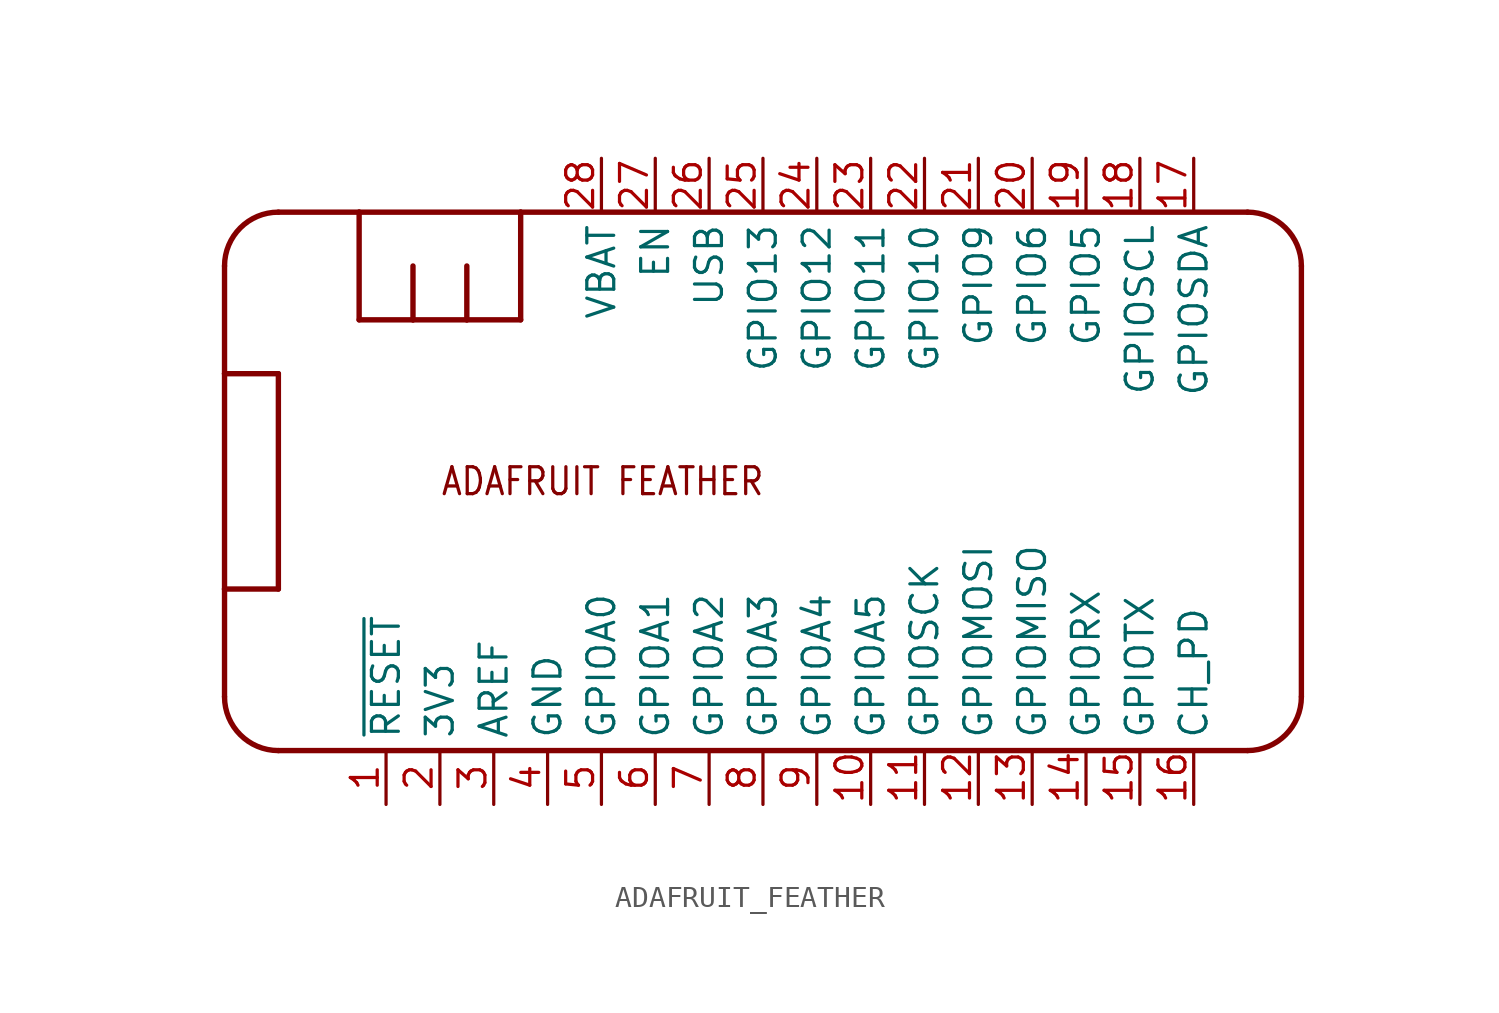
<source format=kicad_sym>
(kicad_symbol_lib
  (version 20211014)
  (generator kicad_symbol_editor)
  (symbol "ADAFRUIT_FEATHER"
    (pin_names)
    (property "Reference" "U"
      (at 0 0 0)
      (effects (font (size 1.27 1.27)) (justify left bottom) hide))
    (property "Datasheet" ""
      (at 0 0 0))
    (property "ki_fp_filters" "FlashPCB_DevBoards:ADAFRUIT_FEATHER"
      (at 0 0 0))
    (symbol "ADAFRUIT_FEATHER_1_1"
      (text "ADAFRUIT FEATHER" (at 10.16 12.7 0) (effects (font (size 1.27 1.086)) (justify left)))
      (polyline (pts (xy 2.54 0) (xy 48.26 0)) (stroke (width 0.254)) (fill (type none)))
      (arc (start 48.26 0) (mid 50.05605122421383 0.7439487757861696) (end 50.8 2.54) (stroke (width 0.254) (type default)) (fill (type none)))
      (polyline (pts (xy 50.8 2.54) (xy 50.8 22.86)) (stroke (width 0.254)) (fill (type none)))
      (arc (start 50.8 22.86) (mid 50.05605122421383 24.65605122421383) (end 48.26 25.4) (stroke (width 0.254) (type default)) (fill (type none)))
      (polyline (pts (xy 48.26 25.4) (xy 13.97 25.4)) (stroke (width 0.254)) (fill (type none)))
      (polyline (pts (xy 13.97 25.4) (xy 6.35 25.4)) (stroke (width 0.254)) (fill (type none)))
      (polyline (pts (xy 6.35 25.4) (xy 2.54 25.4)) (stroke (width 0.254)) (fill (type none)))
      (arc (start 2.54 25.4) (mid 0.7439487757861696 24.65605122421383) (end 0 22.86) (stroke (width 0.254) (type default)) (fill (type none)))
      (polyline (pts (xy 0 22.86) (xy 0 17.78)) (stroke (width 0.254)) (fill (type none)))
      (polyline (pts (xy 0 17.78) (xy 0 7.62)) (stroke (width 0.254)) (fill (type none)))
      (polyline (pts (xy 0 7.62) (xy 0 2.54)) (stroke (width 0.254)) (fill (type none)))
      (arc (start 0 2.54) (mid 0.7439487757861692 0.7439487757861692) (end 2.54 0) (stroke (width 0.254) (type default)) (fill (type none)))
      (polyline (pts (xy 0 17.78) (xy 2.54 17.78)) (stroke (width 0.254)) (fill (type none)))
      (polyline (pts (xy 2.54 17.78) (xy 2.54 7.62)) (stroke (width 0.254)) (fill (type none)))
      (polyline (pts (xy 2.54 7.62) (xy 0 7.62)) (stroke (width 0.254)) (fill (type none)))
      (polyline (pts (xy 6.35 25.4) (xy 6.35 20.32)) (stroke (width 0.254)) (fill (type none)))
      (polyline (pts (xy 6.35 20.32) (xy 8.89 20.32)) (stroke (width 0.254)) (fill (type none)))
      (polyline (pts (xy 8.89 20.32) (xy 11.43 20.32)) (stroke (width 0.254)) (fill (type none)))
      (polyline (pts (xy 11.43 20.32) (xy 13.97 20.32)) (stroke (width 0.254)) (fill (type none)))
      (polyline (pts (xy 13.97 20.32) (xy 13.97 25.4)) (stroke (width 0.254)) (fill (type none)))
      (polyline (pts (xy 8.89 20.32) (xy 8.89 22.86)) (stroke (width 0.254)) (fill (type none)))
      (polyline (pts (xy 11.43 20.32) (xy 11.43 22.86)) (stroke (width 0.254)) (fill (type none)))
      (circle private (center 0 0) (radius 1.27) (stroke (width 0.254) (type default)) (fill (type none)))
      (circle private (center 0 0) (radius 1.27) (stroke (width 0.254) (type default)) (fill (type none)))
      (circle private (center 0 0) (radius 1.27) (stroke (width 0.254) (type default)) (fill (type none)))
      (circle private (center 0 0) (radius 1.27) (stroke (width 0.254) (type default)) (fill (type none)))
      (pin bidirectional line (at 7.62 -2.54 90) (length 2.54) (name "~{RESET}" (effects (font (size 1.27 1.27)))) (number "1" (effects (font (size 1.27 1.27)))))
      (pin bidirectional line (at 10.16 -2.54 90) (length 2.54) (name "3V3" (effects (font (size 1.27 1.27)))) (number "2" (effects (font (size 1.27 1.27)))))
      (pin bidirectional line (at 12.7 -2.54 90) (length 2.54) (name "AREF" (effects (font (size 1.27 1.27)))) (number "3" (effects (font (size 1.27 1.27)))))
      (pin bidirectional line (at 15.24 -2.54 90) (length 2.54) (name "GND" (effects (font (size 1.27 1.27)))) (number "4" (effects (font (size 1.27 1.27)))))
      (pin bidirectional line (at 17.78 -2.54 90) (length 2.54) (name "GPIOA0" (effects (font (size 1.27 1.27)))) (number "5" (effects (font (size 1.27 1.27)))))
      (pin bidirectional line (at 20.32 -2.54 90) (length 2.54) (name "GPIOA1" (effects (font (size 1.27 1.27)))) (number "6" (effects (font (size 1.27 1.27)))))
      (pin bidirectional line (at 22.86 -2.54 90) (length 2.54) (name "GPIOA2" (effects (font (size 1.27 1.27)))) (number "7" (effects (font (size 1.27 1.27)))))
      (pin bidirectional line (at 25.4 -2.54 90) (length 2.54) (name "GPIOA3" (effects (font (size 1.27 1.27)))) (number "8" (effects (font (size 1.27 1.27)))))
      (pin bidirectional line (at 27.94 -2.54 90) (length 2.54) (name "GPIOA4" (effects (font (size 1.27 1.27)))) (number "9" (effects (font (size 1.27 1.27)))))
      (pin bidirectional line (at 30.48 -2.54 90) (length 2.54) (name "GPIOA5" (effects (font (size 1.27 1.27)))) (number "10" (effects (font (size 1.27 1.27)))))
      (pin bidirectional line (at 33.02 -2.54 90) (length 2.54) (name "GPIOSCK" (effects (font (size 1.27 1.27)))) (number "11" (effects (font (size 1.27 1.27)))))
      (pin bidirectional line (at 35.56 -2.54 90) (length 2.54) (name "GPIOMOSI" (effects (font (size 1.27 1.27)))) (number "12" (effects (font (size 1.27 1.27)))))
      (pin bidirectional line (at 38.1 -2.54 90) (length 2.54) (name "GPIOMISO" (effects (font (size 1.27 1.27)))) (number "13" (effects (font (size 1.27 1.27)))))
      (pin bidirectional line (at 40.64 -2.54 90) (length 2.54) (name "GPIORX" (effects (font (size 1.27 1.27)))) (number "14" (effects (font (size 1.27 1.27)))))
      (pin bidirectional line (at 43.18 -2.54 90) (length 2.54) (name "GPIOTX" (effects (font (size 1.27 1.27)))) (number "15" (effects (font (size 1.27 1.27)))))
      (pin bidirectional line (at 45.72 -2.54 90) (length 2.54) (name "CH_PD" (effects (font (size 1.27 1.27)))) (number "16" (effects (font (size 1.27 1.27)))))
      (pin bidirectional line (at 45.72 27.94 270) (length 2.54) (name "GPIOSDA" (effects (font (size 1.27 1.27)))) (number "17" (effects (font (size 1.27 1.27)))))
      (pin bidirectional line (at 43.18 27.94 270) (length 2.54) (name "GPIOSCL" (effects (font (size 1.27 1.27)))) (number "18" (effects (font (size 1.27 1.27)))))
      (pin bidirectional line (at 40.64 27.94 270) (length 2.54) (name "GPIO5" (effects (font (size 1.27 1.27)))) (number "19" (effects (font (size 1.27 1.27)))))
      (pin bidirectional line (at 38.1 27.94 270) (length 2.54) (name "GPIO6" (effects (font (size 1.27 1.27)))) (number "20" (effects (font (size 1.27 1.27)))))
      (pin bidirectional line (at 35.56 27.94 270) (length 2.54) (name "GPIO9" (effects (font (size 1.27 1.27)))) (number "21" (effects (font (size 1.27 1.27)))))
      (pin bidirectional line (at 33.02 27.94 270) (length 2.54) (name "GPIO10" (effects (font (size 1.27 1.27)))) (number "22" (effects (font (size 1.27 1.27)))))
      (pin bidirectional line (at 30.48 27.94 270) (length 2.54) (name "GPIO11" (effects (font (size 1.27 1.27)))) (number "23" (effects (font (size 1.27 1.27)))))
      (pin bidirectional line (at 27.94 27.94 270) (length 2.54) (name "GPIO12" (effects (font (size 1.27 1.27)))) (number "24" (effects (font (size 1.27 1.27)))))
      (pin bidirectional line (at 25.4 27.94 270) (length 2.54) (name "GPIO13" (effects (font (size 1.27 1.27)))) (number "25" (effects (font (size 1.27 1.27)))))
      (pin bidirectional line (at 22.86 27.94 270) (length 2.54) (name "USB" (effects (font (size 1.27 1.27)))) (number "26" (effects (font (size 1.27 1.27)))))
      (pin bidirectional line (at 20.32 27.94 270) (length 2.54) (name "EN" (effects (font (size 1.27 1.27)))) (number "27" (effects (font (size 1.27 1.27)))))
      (pin bidirectional line (at 17.78 27.94 270) (length 2.54) (name "VBAT" (effects (font (size 1.27 1.27)))) (number "28" (effects (font (size 1.27 1.27))))))))
</source>
